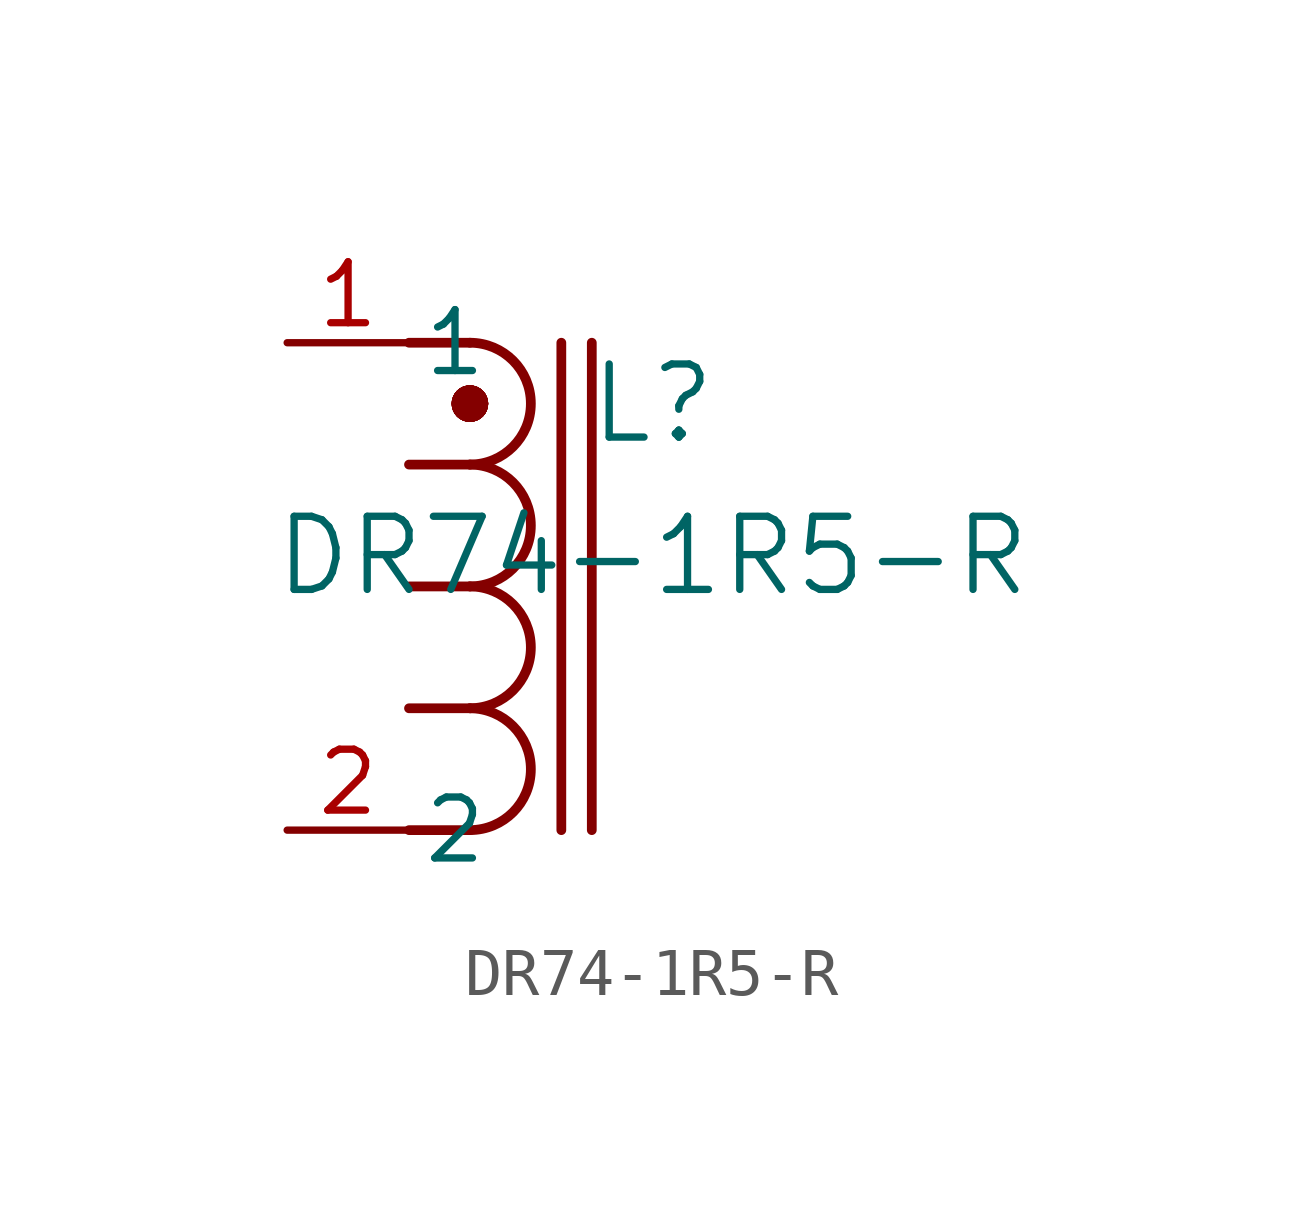
<source format=kicad_sym>
(kicad_symbol_lib
  (version 20211014)
  (generator kicad_symbol_editor)
  (symbol "DR74-1R5-R"
    (pin_names
      (offset 0.254))
    (property "Reference" "L"
      (at 7.62 -1.27 0)
      (effects (font (size 1.524 1.524))))
    (property "Value" "DR74-1R5-R"
      (at 7.62 -4.445 0)
      (effects (font (size 1.524 1.524))))
    (arc
      (start 3.81 -7.62)
      (mid 5.08 -6.35)
      (end 3.81 -5.08)
      (stroke (width 0.2032) (type default) (color 0 0 0 0))
      (fill (type none)))
    (arc
      (start 3.81 -10.16)
      (mid 5.08 -8.89)
      (end 3.81 -7.62)
      (stroke (width 0.2032) (type default) (color 0 0 0 0))
      (fill (type none)))
    (arc
      (start 3.81 -2.54)
      (mid 5.08 -1.27)
      (end 3.81 0)
      (stroke (width 0.2032) (type default) (color 0 0 0 0))
      (fill (type none)))
    (arc
      (start 3.81 -5.08)
      (mid 5.08 -3.81)
      (end 3.81 -2.54)
      (stroke (width 0.2032) (type default) (color 0 0 0 0))
      (fill (type none)))
    (polyline
      (pts (xy 2.54 -5.08) (xy 3.81 -5.08))
      (stroke (width 0.203) (type default) (color 0 0 0 0))
      (fill (type none)))
    (polyline
      (pts (xy 2.54 -7.62) (xy 3.81 -7.62))
      (stroke (width 0.203) (type default) (color 0 0 0 0))
      (fill (type none)))
    (polyline
      (pts (xy 3.683 -1.27) (xy 3.81 -1.27))
      (stroke (width 0.508) (type default) (color 0 0 0 0))
      (fill (type none)))
    (polyline
      (pts (xy 2.54 -10.16) (xy 3.81 -10.16))
      (stroke (width 0.203) (type default) (color 0 0 0 0))
      (fill (type none)))
    (polyline
      (pts (xy 2.54 -2.54) (xy 3.81 -2.54))
      (stroke (width 0.203) (type default) (color 0 0 0 0))
      (fill (type none)))
    (polyline
      (pts (xy 6.35 0) (xy 6.35 -10.16))
      (stroke (width 0.203) (type default) (color 0 0 0 0))
      (fill (type none)))
    (polyline
      (pts (xy 5.715 0) (xy 5.715 -10.16))
      (stroke (width 0.203) (type default) (color 0 0 0 0))
      (fill (type none)))
    (arc
      (start 3.81 -1.524)
      (mid 4.064 -1.27)
      (end 3.81 -1.016)
      (stroke (width 0.254) (type default) (color 0 0 0 0))
      (fill (type none)))
    (arc
      (start 3.81 -1.016)
      (mid 3.556 -1.27)
      (end 3.81 -1.524)
      (stroke (width 0.254) (type default) (color 0 0 0 0))
      (fill (type none)))
    (arc
      (start 3.81 -1.524)
      (mid 4.064 -1.27)
      (end 3.81 -1.016)
      (stroke (width 0.254) (type default) (color 0 0 0 0))
      (fill (type none)))
    (arc
      (start 3.81 -1.016)
      (mid 3.556 -1.27)
      (end 3.81 -1.524)
      (stroke (width 0.254) (type default) (color 0 0 0 0))
      (fill (type none)))
    (arc
      (start 3.81 -1.524)
      (mid 4.064 -1.27)
      (end 3.81 -1.016)
      (stroke (width 0.254) (type default) (color 0 0 0 0))
      (fill (type none)))
    (arc
      (start 3.81 -1.016)
      (mid 3.556 -1.27)
      (end 3.81 -1.524)
      (stroke (width 0.254) (type default) (color 0 0 0 0))
      (fill (type none)))
    (arc
      (start 3.81 -1.524)
      (mid 4.064 -1.27)
      (end 3.81 -1.016)
      (stroke (width 0.254) (type default) (color 0 0 0 0))
      (fill (type none)))
    (arc
      (start 3.81 -1.016)
      (mid 3.556 -1.27)
      (end 3.81 -1.524)
      (stroke (width 0.254) (type default) (color 0 0 0 0))
      (fill (type none)))
    (arc
      (start 3.81 -1.524)
      (mid 4.064 -1.27)
      (end 3.81 -1.016)
      (stroke (width 0.254) (type default) (color 0 0 0 0))
      (fill (type none)))
    (arc
      (start 3.81 -1.016)
      (mid 3.556 -1.27)
      (end 3.81 -1.524)
      (stroke (width 0.254) (type default) (color 0 0 0 0))
      (fill (type none)))
    (arc
      (start 3.81 -1.524)
      (mid 4.064 -1.27)
      (end 3.81 -1.016)
      (stroke (width 0.254) (type default) (color 0 0 0 0))
      (fill (type none)))
    (arc
      (start 3.81 -1.016)
      (mid 3.556 -1.27)
      (end 3.81 -1.524)
      (stroke (width 0.254) (type default) (color 0 0 0 0))
      (fill (type none)))
    (arc
      (start 3.81 -1.524)
      (mid 4.064 -1.27)
      (end 3.81 -1.016)
      (stroke (width 0.254) (type default) (color 0 0 0 0))
      (fill (type none)))
    (arc
      (start 3.81 -1.016)
      (mid 3.556 -1.27)
      (end 3.81 -1.524)
      (stroke (width 0.254) (type default) (color 0 0 0 0))
      (fill (type none)))
    (polyline
      (pts (xy 2.54 0) (xy 3.81 0))
      (stroke (width 0.203) (type default) (color 0 0 0 0))
      (fill (type none)))
    (pin unspecified line
      (at 0 0 0)
      (length 2.54)
      (name "1" (effects (font (size 1.27 1.27))))
      (number "1" (effects (font (size 1.27 1.27)))))
    (pin unspecified line
      (at 0 -10.16 0)
      (length 2.54)
      (name "2" (effects (font (size 1.27 1.27))))
      (number "2" (effects (font (size 1.27 1.27)))))))
</source>
